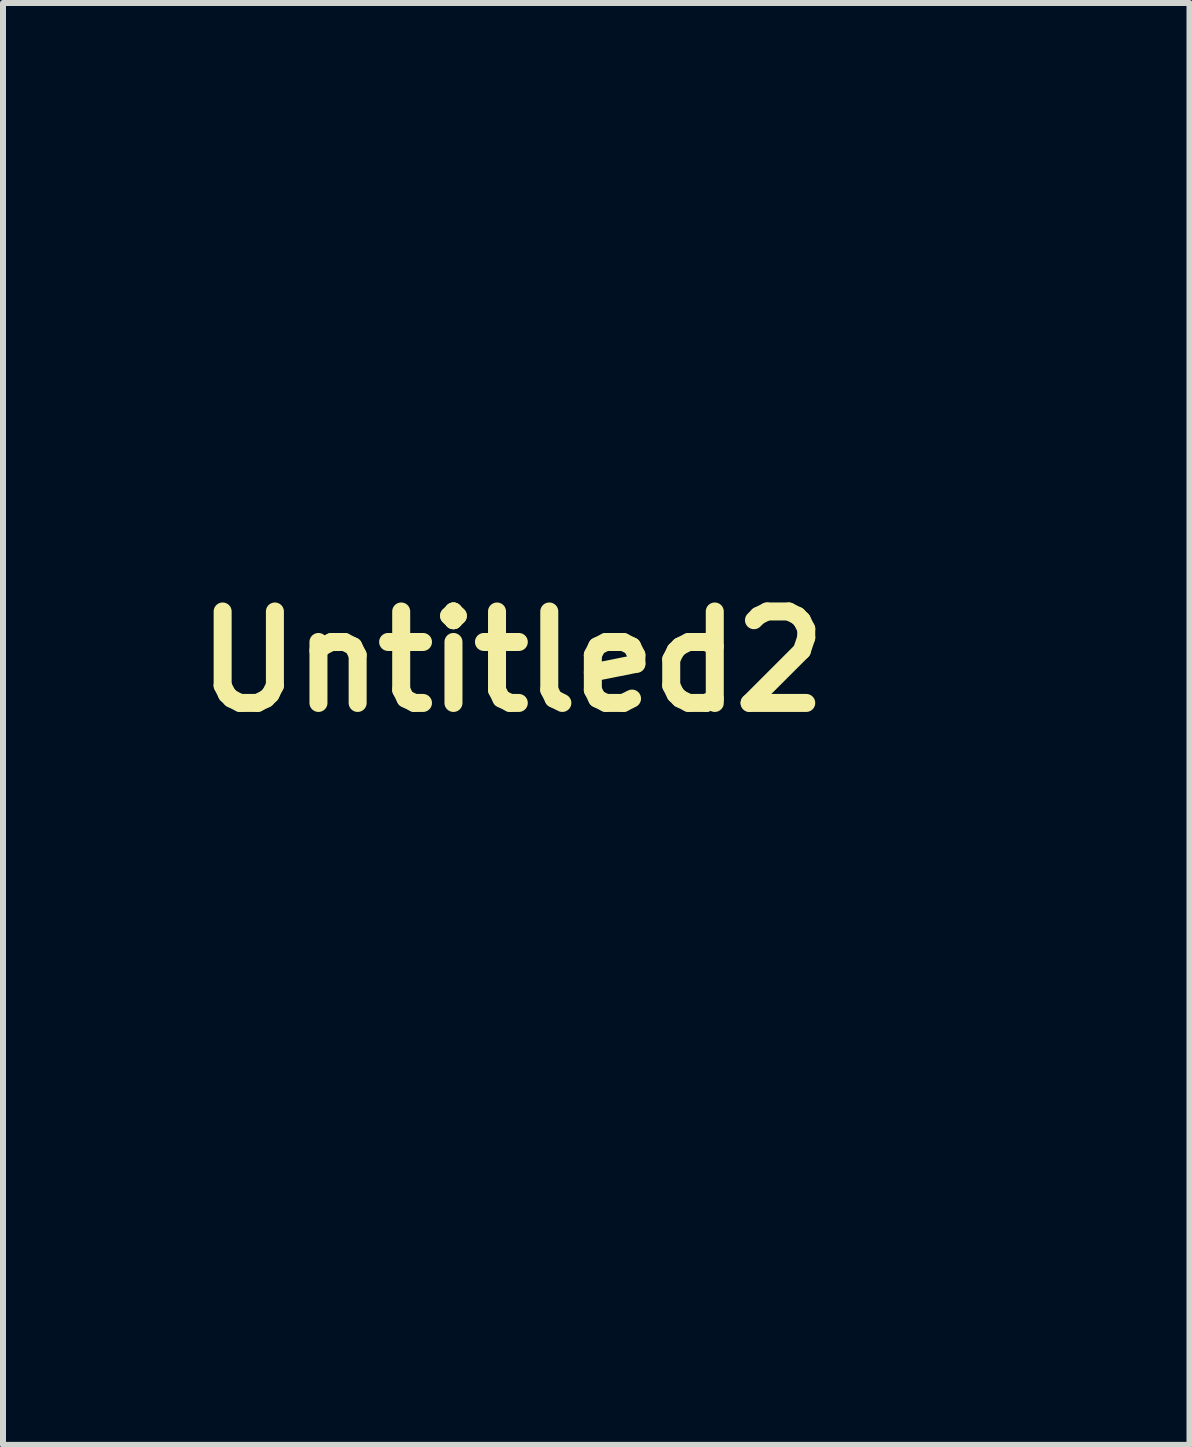
<source format=kicad_pcb>
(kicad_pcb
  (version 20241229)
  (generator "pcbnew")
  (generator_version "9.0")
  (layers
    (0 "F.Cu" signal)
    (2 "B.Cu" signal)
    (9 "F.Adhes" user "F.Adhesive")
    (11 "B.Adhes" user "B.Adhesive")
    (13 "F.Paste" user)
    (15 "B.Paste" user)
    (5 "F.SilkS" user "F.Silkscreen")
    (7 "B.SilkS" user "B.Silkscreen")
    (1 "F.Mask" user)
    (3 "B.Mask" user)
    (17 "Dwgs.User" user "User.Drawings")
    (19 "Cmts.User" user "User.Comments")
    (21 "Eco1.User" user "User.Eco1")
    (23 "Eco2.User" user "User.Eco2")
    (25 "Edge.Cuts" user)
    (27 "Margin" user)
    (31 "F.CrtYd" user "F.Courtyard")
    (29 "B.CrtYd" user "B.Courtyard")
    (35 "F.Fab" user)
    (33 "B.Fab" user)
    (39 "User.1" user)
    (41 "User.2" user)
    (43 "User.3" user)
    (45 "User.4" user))
  (footprint "Untitled2"
    (layer "F.Cu")
    (at 5.486 7.974)
    (property "Reference" "Untitled2" (at 0 0 0) (layer "F.SilkS") (effects (font (size 1.524 1.524) (thickness 0.3))))
    (attr through_hole)
    (fp_poly (pts (xy 5.056 0.007) (xy 5.134 0.026) (xy 5.172 0.069) (xy 5.17 0.146) (xy 5.127 0.265) (xy 5.05 0.422) (xy 4.923 0.681) (xy 4.834 0.9) (xy 4.775 1.097) (xy 4.741 1.291) (xy 4.737 1.329) (xy 4.718 1.474) (xy 4.691 1.564) (xy 4.652 1.618) (xy 4.638 1.629) (xy 4.544 1.676) (xy 4.473 1.663) (xy 4.439 1.631) (xy 4.416 1.562) (xy 4.41 1.452) (xy 4.42 1.33) (xy 4.443 1.222) (xy 4.471 1.164) (xy 4.5 1.11) (xy 4.545 1.006) (xy 4.6 0.87) (xy 4.656 0.721) (xy 4.707 0.576) (xy 4.746 0.453) (xy 4.748 0.447) (xy 4.787 0.359) (xy 4.812 0.322) (xy 4.852 0.253) (xy 4.893 0.153) (xy 4.9 0.132) (xy 4.934 0.045) (xy 4.975 0.009) (xy 5.046 0.006) (xy 5.056 0.007)) (stroke (width 0.01) (type solid)) (fill yes) (layer "F.Mask"))
    (fp_poly (pts (xy 1.835 -2.023) (xy 2 -1.984) (xy 2.161 -1.917) (xy 2.163 -1.916) (xy 2.308 -1.831) (xy 2.454 -1.725) (xy 2.533 -1.654) (xy 2.691 -1.496) (xy 2.587 -1.433) (xy 2.488 -1.332) (xy 2.436 -1.212) (xy 2.393 -1.094) (xy 2.333 -0.957) (xy 2.266 -0.82) (xy 2.201 -0.704) (xy 2.148 -0.628) (xy 2.135 -0.615) (xy 2.044 -0.572) (xy 1.903 -0.538) (xy 1.733 -0.517) (xy 1.553 -0.51) (xy 1.387 -0.521) (xy 1.359 -0.525) (xy 1.114 -0.577) (xy 0.855 -0.656) (xy 0.62 -0.748) (xy 0.572 -0.771) (xy 0.356 -0.87) (xy 0.128 -0.96) (xy -0.088 -1.033) (xy -0.271 -1.082) (xy -0.316 -1.09) (xy -0.471 -1.116) (xy -0.191 -1.214) (xy 0.151 -1.355) (xy 0.426 -1.516) (xy 0.637 -1.698) (xy 0.653 -1.714) (xy 0.747 -1.808) (xy 0.838 -1.879) (xy 0.895 -1.907) (xy 1.197 -1.977) (xy 1.446 -2.02) (xy 1.655 -2.035) (xy 1.835 -2.023)) (stroke (width 0.01) (type solid)) (fill yes) (layer "F.Mask"))
    (fp_poly (pts (xy -2.086 -1.963) (xy -1.947 -1.946) (xy -1.856 -1.914) (xy -1.802 -1.864) (xy -1.784 -1.828) (xy -1.735 -1.739) (xy -1.662 -1.644) (xy -1.652 -1.633) (xy -1.579 -1.566) (xy -1.478 -1.486) (xy -1.367 -1.406) (xy -1.265 -1.339) (xy -1.189 -1.296) (xy -1.162 -1.288) (xy -1.119 -1.268) (xy -1.043 -1.218) (xy -1.01 -1.193) (xy -0.949 -1.145) (xy -0.921 -1.108) (xy -0.935 -1.075) (xy -0.996 -1.038) (xy -1.112 -0.989) (xy -1.221 -0.946) (xy -1.372 -0.88) (xy -1.538 -0.796) (xy -1.636 -0.741) (xy -1.886 -0.632) (xy -2.16 -0.589) (xy -2.343 -0.596) (xy -2.54 -0.634) (xy -2.717 -0.696) (xy -2.828 -0.759) (xy -2.936 -0.811) (xy -3.07 -0.817) (xy -3.073 -0.817) (xy -3.168 -0.813) (xy -3.218 -0.833) (xy -3.249 -0.894) (xy -3.26 -0.925) (xy -3.299 -1.149) (xy -3.27 -1.365) (xy -3.177 -1.562) (xy -3.024 -1.729) (xy -2.957 -1.779) (xy -2.785 -1.878) (xy -2.614 -1.937) (xy -2.417 -1.964) (xy -2.285 -1.967) (xy -2.086 -1.963)) (stroke (width 0.01) (type solid)) (fill yes) (layer "F.Mask"))
    (fp_poly (pts (xy 3.581 -0.136) (xy 3.61 -0.104) (xy 3.613 -0.071) (xy 3.598 -0.016) (xy 3.557 0.093) (xy 3.494 0.242) (xy 3.414 0.42) (xy 3.324 0.612) (xy 3.218 0.838) (xy 3.142 1.008) (xy 3.094 1.13) (xy 3.07 1.21) (xy 3.069 1.256) (xy 3.075 1.268) (xy 3.151 1.317) (xy 3.275 1.355) (xy 3.426 1.378) (xy 3.58 1.38) (xy 3.631 1.376) (xy 3.784 1.375) (xy 3.886 1.416) (xy 3.933 1.496) (xy 3.935 1.525) (xy 3.91 1.588) (xy 3.849 1.662) (xy 3.777 1.723) (xy 3.716 1.748) (xy 3.713 1.748) (xy 3.646 1.739) (xy 3.56 1.727) (xy 3.445 1.705) (xy 3.299 1.67) (xy 3.143 1.628) (xy 2.992 1.583) (xy 2.867 1.542) (xy 2.785 1.509) (xy 2.767 1.498) (xy 2.734 1.446) (xy 2.733 1.365) (xy 2.764 1.247) (xy 2.83 1.083) (xy 2.932 0.87) (xy 3.025 0.679) (xy 3.125 0.468) (xy 3.217 0.271) (xy 3.25 0.197) (xy 3.319 0.048) (xy 3.369 -0.047) (xy 3.411 -0.101) (xy 3.454 -0.127) (xy 3.504 -0.136) (xy 3.581 -0.136)) (stroke (width 0.01) (type solid)) (fill yes) (layer "F.Mask"))
    (fp_poly (pts (xy 6.324 0.125) (xy 6.42 0.168) (xy 6.516 0.223) (xy 6.59 0.279) (xy 6.618 0.321) (xy 6.588 0.373) (xy 6.513 0.403) (xy 6.421 0.403) (xy 6.386 0.394) (xy 6.276 0.366) (xy 6.185 0.358) (xy 6.097 0.374) (xy 5.98 0.414) (xy 5.86 0.469) (xy 5.76 0.526) (xy 5.705 0.574) (xy 5.719 0.613) (xy 5.778 0.69) (xy 5.872 0.793) (xy 5.971 0.891) (xy 6.261 1.169) (xy 6.26 1.38) (xy 6.233 1.59) (xy 6.155 1.753) (xy 6.032 1.864) (xy 5.868 1.921) (xy 5.67 1.92) (xy 5.48 1.872) (xy 5.353 1.806) (xy 5.291 1.725) (xy 5.273 1.646) (xy 5.294 1.595) (xy 5.364 1.571) (xy 5.489 1.57) (xy 5.657 1.588) (xy 5.811 1.594) (xy 5.909 1.562) (xy 5.961 1.487) (xy 5.974 1.377) (xy 5.965 1.302) (xy 5.93 1.236) (xy 5.856 1.16) (xy 5.789 1.102) (xy 5.607 0.945) (xy 5.479 0.821) (xy 5.402 0.721) (xy 5.371 0.638) (xy 5.381 0.565) (xy 5.429 0.493) (xy 5.44 0.48) (xy 5.556 0.385) (xy 5.714 0.289) (xy 5.892 0.204) (xy 6.067 0.141) (xy 6.215 0.109) (xy 6.25 0.107) (xy 6.324 0.125)) (stroke (width 0.01) (type solid)) (fill yes) (layer "F.Mask"))
    (fp_poly (pts (xy 1.6 2.478) (xy 1.61 2.525) (xy 1.613 2.548) (xy 1.628 2.566) (xy 1.667 2.583) (xy 1.738 2.602) (xy 1.853 2.627) (xy 2.022 2.659) (xy 2.164 2.685) (xy 2.43 2.733) (xy 2.65 2.77) (xy 2.85 2.802) (xy 3.055 2.83) (xy 3.29 2.86) (xy 3.316 2.864) (xy 3.481 2.885) (xy 3.588 2.903) (xy 3.651 2.923) (xy 3.683 2.95) (xy 3.698 2.988) (xy 3.701 3.002) (xy 3.719 3.098) (xy 3.744 3.244) (xy 3.775 3.427) (xy 3.809 3.636) (xy 3.844 3.86) (xy 3.88 4.089) (xy 3.914 4.31) (xy 3.944 4.512) (xy 3.969 4.685) (xy 3.987 4.816) (xy 3.996 4.895) (xy 3.997 4.912) (xy 3.967 4.907) (xy 3.896 4.862) (xy 3.798 4.788) (xy 3.755 4.753) (xy 3.632 4.653) (xy 3.517 4.563) (xy 3.429 4.5) (xy 3.416 4.491) (xy 3.333 4.432) (xy 3.221 4.345) (xy 3.121 4.262) (xy 3.02 4.168) (xy 2.972 4.107) (xy 2.974 4.072) (xy 2.978 4.068) (xy 2.997 4.048) (xy 2.962 4.055) (xy 2.9 4.042) (xy 2.821 3.966) (xy 2.801 3.939) (xy 2.721 3.844) (xy 2.604 3.722) (xy 2.46 3.581) (xy 2.298 3.43) (xy 2.127 3.277) (xy 1.956 3.129) (xy 1.796 2.995) (xy 1.654 2.884) (xy 1.541 2.802) (xy 1.466 2.759) (xy 1.447 2.755) (xy 1.405 2.742) (xy 1.401 2.695) (xy 1.435 2.603) (xy 1.454 2.562) (xy 1.507 2.486) (xy 1.561 2.457) (xy 1.6 2.478)) (stroke (width 0.01) (type solid)) (fill yes) (layer "F.Mask"))
    (fp_poly (pts (xy 7.341 0.091) (xy 7.476 0.142) (xy 7.631 0.216) (xy 7.788 0.303) (xy 7.927 0.395) (xy 7.957 0.417) (xy 8.106 0.543) (xy 8.203 0.652) (xy 8.257 0.76) (xy 8.278 0.886) (xy 8.28 0.96) (xy 8.267 1.139) (xy 8.225 1.276) (xy 8.148 1.375) (xy 8.027 1.442) (xy 7.854 1.483) (xy 7.622 1.503) (xy 7.513 1.506) (xy 7.343 1.512) (xy 7.197 1.521) (xy 7.091 1.533) (xy 7.043 1.543) (xy 7.007 1.596) (xy 7.004 1.683) (xy 7.032 1.777) (xy 7.057 1.816) (xy 7.069 1.878) (xy 7.048 1.914) (xy 7.025 1.957) (xy 7.034 1.968) (xy 7.032 1.986) (xy 6.991 2.026) (xy 6.934 2.071) (xy 6.881 2.104) (xy 6.861 2.11) (xy 6.821 2.087) (xy 6.763 2.033) (xy 6.682 1.916) (xy 6.669 1.81) (xy 6.688 1.757) (xy 6.72 1.661) (xy 6.726 1.603) (xy 6.738 1.533) (xy 6.77 1.417) (xy 6.815 1.275) (xy 6.835 1.216) (xy 6.885 1.073) (xy 7.155 1.073) (xy 7.164 1.112) (xy 7.197 1.14) (xy 7.265 1.158) (xy 7.379 1.168) (xy 7.551 1.174) (xy 7.628 1.176) (xy 7.781 1.176) (xy 7.878 1.17) (xy 7.935 1.155) (xy 7.967 1.127) (xy 7.976 1.111) (xy 8.01 1.007) (xy 7.992 0.9) (xy 7.925 0.781) (xy 7.849 0.697) (xy 7.739 0.606) (xy 7.614 0.523) (xy 7.495 0.459) (xy 7.404 0.43) (xy 7.394 0.429) (xy 7.353 0.457) (xy 7.307 0.545) (xy 7.252 0.697) (xy 7.246 0.717) (xy 7.204 0.858) (xy 7.172 0.98) (xy 7.156 1.06) (xy 7.155 1.073) (xy 6.885 1.073) (xy 6.898 1.033) (xy 6.946 0.871) (xy 6.987 0.705) (xy 7.026 0.508) (xy 7.05 0.377) (xy 7.083 0.224) (xy 7.122 0.13) (xy 7.175 0.084) (xy 7.245 0.072) (xy 7.341 0.091)) (stroke (width 0.01) (type solid)) (fill yes) (layer "F.Mask"))
    (fp_poly (pts (xy 0.269 5.755) (xy 0.421 6.009) (xy 0.547 6.209) (xy 0.653 6.366) (xy 0.745 6.49) (xy 0.83 6.591) (xy 0.839 6.6) (xy 0.917 6.69) (xy 1.022 6.818) (xy 1.137 6.964) (xy 1.215 7.065) (xy 1.411 7.324) (xy 1.57 7.533) (xy 1.699 7.701) (xy 1.804 7.835) (xy 1.891 7.944) (xy 1.967 8.036) (xy 2.024 8.104) (xy 2.106 8.212) (xy 2.197 8.349) (xy 2.288 8.499) (xy 2.369 8.646) (xy 2.431 8.774) (xy 2.465 8.866) (xy 2.468 8.891) (xy 2.499 8.936) (xy 2.567 8.966) (xy 2.644 8.994) (xy 2.761 9.047) (xy 2.896 9.116) (xy 2.93 9.134) (xy 3.084 9.214) (xy 3.243 9.292) (xy 3.375 9.351) (xy 3.386 9.356) (xy 3.577 9.433) (xy 3.175 9.564) (xy 2.497 9.76) (xy 1.818 9.906) (xy 1.11 10.007) (xy 1.03 10.016) (xy 0.821 10.032) (xy 0.558 10.042) (xy 0.259 10.047) (xy -0.058 10.047) (xy -0.376 10.042) (xy -0.677 10.032) (xy -0.943 10.017) (xy -1.157 9.998) (xy -1.163 9.997) (xy -1.401 9.966) (xy -1.642 9.929) (xy -1.873 9.89) (xy -2.086 9.851) (xy -2.27 9.812) (xy -2.414 9.777) (xy -2.507 9.748) (xy -2.54 9.726) (xy -2.512 9.697) (xy -2.494 9.695) (xy -2.444 9.671) (xy -2.367 9.61) (xy -2.314 9.558) (xy -2.221 9.474) (xy -2.148 9.438) (xy -2.079 9.436) (xy -1.991 9.428) (xy -1.871 9.39) (xy -1.747 9.335) (xy -1.642 9.274) (xy -1.587 9.222) (xy -1.56 9.165) (xy -1.521 9.065) (xy -1.484 8.963) (xy -1.434 8.834) (xy -1.382 8.755) (xy -1.313 8.702) (xy -1.287 8.689) (xy -1.211 8.652) (xy -1.086 8.592) (xy -0.925 8.516) (xy -0.744 8.43) (xy -0.654 8.387) (xy -0.146 8.146) (xy -0.122 7.985) (xy -0.093 7.874) (xy -0.048 7.786) (xy -0.031 7.767) (xy 0.051 7.696) (xy 0.107 7.647) (xy 0.163 7.567) (xy 0.179 7.498) (xy 0.197 7.405) (xy 0.239 7.306) (xy 0.271 7.243) (xy 0.277 7.191) (xy 0.253 7.126) (xy 0.198 7.029) (xy 0.122 6.919) (xy 0.014 6.788) (xy -0.105 6.661) (xy -0.124 6.642) (xy -0.345 6.427) (xy -0.13 5.937) (xy 0.085 5.446) (xy 0.269 5.755)) (stroke (width 0.01) (type solid)) (fill yes) (layer "F.Mask"))
    (fp_poly (pts (xy -0.418 -0.638) (xy -0.215 -0.588) (xy 0.01 -0.511) (xy 0.238 -0.413) (xy 0.307 -0.379) (xy 0.632 -0.227) (xy 0.922 -0.123) (xy 1.193 -0.062) (xy 1.46 -0.041) (xy 1.632 -0.047) (xy 1.783 -0.055) (xy 1.873 -0.054) (xy 1.91 -0.041) (xy 1.909 -0.025) (xy 1.875 0.029) (xy 1.819 0.117) (xy 1.791 0.161) (xy 1.717 0.28) (xy 1.648 0.4) (xy 1.633 0.429) (xy 1.583 0.523) (xy 1.513 0.652) (xy 1.437 0.791) (xy 1.429 0.805) (xy 1.339 0.972) (xy 1.25 1.144) (xy 1.169 1.306) (xy 1.102 1.447) (xy 1.057 1.552) (xy 1.038 1.609) (xy 1.037 1.611) (xy 1.018 1.682) (xy 0.966 1.798) (xy 0.888 1.948) (xy 0.791 2.12) (xy 0.683 2.3) (xy 0.572 2.476) (xy 0.465 2.636) (xy 0.368 2.767) (xy 0.321 2.824) (xy 0.247 2.933) (xy 0.198 3.052) (xy 0.192 3.079) (xy 0.161 3.179) (xy 0.094 3.264) (xy 0.016 3.328) (xy -0.115 3.452) (xy -0.192 3.58) (xy -0.208 3.701) (xy -0.204 3.721) (xy -0.215 3.808) (xy -0.27 3.895) (xy -0.376 4.057) (xy -0.41 4.208) (xy -0.405 4.262) (xy -0.412 4.336) (xy -0.452 4.465) (xy -0.525 4.653) (xy -0.626 4.886) (xy -0.708 5.068) (xy -0.782 5.228) (xy -0.84 5.354) (xy -0.879 5.434) (xy -0.891 5.456) (xy -0.917 5.503) (xy -0.961 5.599) (xy -1.017 5.725) (xy -1.036 5.769) (xy -1.093 5.895) (xy -1.144 5.991) (xy -1.179 6.042) (xy -1.187 6.046) (xy -1.238 6.033) (xy -1.325 6.001) (xy -1.352 5.99) (xy -1.484 5.955) (xy -1.668 5.936) (xy -1.888 5.93) (xy -2.125 5.938) (xy -2.362 5.959) (xy -2.583 5.993) (xy -2.769 6.038) (xy -2.79 6.044) (xy -2.937 6.091) (xy -3.108 6.142) (xy -3.22 6.173) (xy -3.43 6.246) (xy -3.674 6.356) (xy -3.932 6.492) (xy -4.185 6.643) (xy -4.414 6.799) (xy -4.599 6.947) (xy -4.618 6.964) (xy -4.706 7.041) (xy -4.775 7.087) (xy -4.806 7.095) (xy -4.82 7.045) (xy -4.827 6.938) (xy -4.829 6.788) (xy -4.825 6.611) (xy -4.817 6.42) (xy -4.803 6.23) (xy -4.786 6.055) (xy -4.777 5.992) (xy -4.751 5.828) (xy -4.714 5.617) (xy -4.67 5.381) (xy -4.622 5.144) (xy -4.602 5.044) (xy -4.551 4.804) (xy -4.497 4.548) (xy -4.445 4.301) (xy -4.401 4.089) (xy -4.388 4.025) (xy -4.346 3.812) (xy -4.307 3.581) (xy -4.274 3.363) (xy -4.259 3.24) (xy -4.206 2.923) (xy -4.12 2.592) (xy -4.093 2.507) (xy -4.039 2.335) (xy -3.975 2.116) (xy -3.909 1.875) (xy -3.846 1.635) (xy -3.822 1.538) (xy -3.775 1.345) (xy -3.719 1.123) (xy -3.658 0.881) (xy -3.594 0.631) (xy -3.53 0.381) (xy -3.467 0.141) (xy -3.41 -0.079) (xy -3.359 -0.269) (xy -3.318 -0.419) (xy -3.289 -0.521) (xy -3.276 -0.564) (xy -3.275 -0.565) (xy -3.246 -0.549) (xy -3.184 -0.498) (xy -3.157 -0.473) (xy -2.964 -0.336) (xy -2.724 -0.243) (xy -2.434 -0.194) (xy -2.091 -0.187) (xy -1.918 -0.194) (xy -1.795 -0.204) (xy -1.701 -0.223) (xy -1.614 -0.257) (xy -1.514 -0.311) (xy -1.423 -0.364) (xy -1.116 -0.521) (xy -0.835 -0.619) (xy -0.584 -0.654) (xy -0.579 -0.654) (xy -0.418 -0.638)) (stroke (width 0.01) (type solid)) (fill yes) (layer "F.Mask"))
    (fp_poly (pts (xy -0.113 -7.962) (xy 0.112 -7.948) (xy 0.126 -7.947) (xy 0.413 -7.923) (xy 0.648 -7.897) (xy 0.849 -7.863) (xy 1.036 -7.817) (xy 1.229 -7.757) (xy 1.446 -7.677) (xy 1.503 -7.655) (xy 1.69 -7.578) (xy 1.829 -7.509) (xy 1.941 -7.435) (xy 2.046 -7.346) (xy 2.07 -7.323) (xy 2.186 -7.193) (xy 2.294 -7.04) (xy 2.384 -6.883) (xy 2.446 -6.741) (xy 2.468 -6.633) (xy 2.445 -6.564) (xy 2.384 -6.475) (xy 2.346 -6.431) (xy 2.258 -6.356) (xy 2.153 -6.3) (xy 2.019 -6.26) (xy 1.842 -6.232) (xy 1.612 -6.214) (xy 1.503 -6.209) (xy 1.331 -6.198) (xy 1.173 -6.183) (xy 1.05 -6.166) (xy 1.002 -6.155) (xy 0.869 -6.131) (xy 0.678 -6.12) (xy 0.44 -6.121) (xy 0.167 -6.135) (xy -0.09 -6.157) (xy -0.26 -6.17) (xy -0.458 -6.176) (xy -0.693 -6.177) (xy -0.976 -6.172) (xy -1.317 -6.16) (xy -1.447 -6.155) (xy -1.809 -6.138) (xy -2.108 -6.119) (xy -2.353 -6.097) (xy -2.553 -6.071) (xy -2.715 -6.038) (xy -2.85 -5.998) (xy -2.965 -5.949) (xy -3.064 -5.893) (xy -3.154 -5.843) (xy -3.217 -5.82) (xy -3.234 -5.821) (xy -3.251 -5.871) (xy -3.255 -5.918) (xy -3.244 -5.955) (xy -3.203 -5.994) (xy -3.123 -6.042) (xy -2.993 -6.103) (xy -2.853 -6.165) (xy -2.691 -6.235) (xy -2.548 -6.298) (xy -2.44 -6.346) (xy -2.383 -6.374) (xy -2.289 -6.414) (xy -2.143 -6.462) (xy -1.966 -6.513) (xy -1.776 -6.562) (xy -1.592 -6.603) (xy -1.476 -6.624) (xy -1.36 -6.637) (xy -1.192 -6.647) (xy -0.981 -6.655) (xy -0.738 -6.661) (xy -0.472 -6.664) (xy -0.192 -6.664) (xy 0.09 -6.663) (xy 0.365 -6.66) (xy 0.624 -6.654) (xy 0.856 -6.647) (xy 1.051 -6.637) (xy 1.2 -6.626) (xy 1.293 -6.613) (xy 1.317 -6.605) (xy 1.365 -6.61) (xy 1.444 -6.648) (xy 1.471 -6.666) (xy 1.547 -6.726) (xy 1.579 -6.785) (xy 1.583 -6.876) (xy 1.581 -6.907) (xy 1.566 -7.014) (xy 1.539 -7.093) (xy 1.528 -7.108) (xy 1.475 -7.13) (xy 1.369 -7.151) (xy 1.228 -7.17) (xy 1.149 -7.177) (xy 0.995 -7.189) (xy 0.903 -7.199) (xy 0.864 -7.211) (xy 0.868 -7.227) (xy 0.907 -7.251) (xy 0.91 -7.252) (xy 0.982 -7.32) (xy 0.99 -7.402) (xy 0.933 -7.482) (xy 0.909 -7.5) (xy 0.868 -7.52) (xy 0.819 -7.522) (xy 0.749 -7.5) (xy 0.641 -7.451) (xy 0.533 -7.397) (xy 0.39 -7.322) (xy 0.299 -7.265) (xy 0.248 -7.218) (xy 0.226 -7.17) (xy 0.221 -7.141) (xy 0.209 -7.037) (xy -0.262 -7.062) (xy -0.692 -7.065) (xy -1.144 -7.035) (xy -1.6 -6.974) (xy -2.043 -6.885) (xy -2.457 -6.772) (xy -2.824 -6.638) (xy -2.917 -6.596) (xy -3.134 -6.503) (xy -3.302 -6.45) (xy -3.431 -6.436) (xy -3.53 -6.461) (xy -3.583 -6.498) (xy -3.635 -6.587) (xy -3.649 -6.683) (xy -3.641 -6.755) (xy -3.611 -6.823) (xy -3.547 -6.904) (xy -3.44 -7.015) (xy -3.434 -7.02) (xy -3.319 -7.144) (xy -3.245 -7.245) (xy -3.22 -7.31) (xy -3.21 -7.349) (xy -3.174 -7.386) (xy -3.099 -7.427) (xy -2.974 -7.48) (xy -2.871 -7.519) (xy -2.53 -7.638) (xy -2.187 -7.74) (xy -1.863 -7.818) (xy -1.581 -7.867) (xy -1.574 -7.868) (xy -1.242 -7.909) (xy -0.966 -7.938) (xy -0.73 -7.958) (xy -0.519 -7.968) (xy -0.319 -7.969) (xy -0.113 -7.962)) (stroke (width 0.01) (type solid)) (fill yes) (layer "F.Mask")))
  (gr_rect
    (start -3 -3)
    (end 16.771 21.026)
    (stroke (width 0.1) (type default))
    (fill no)
    (layer "Edge.Cuts")))
</source>
